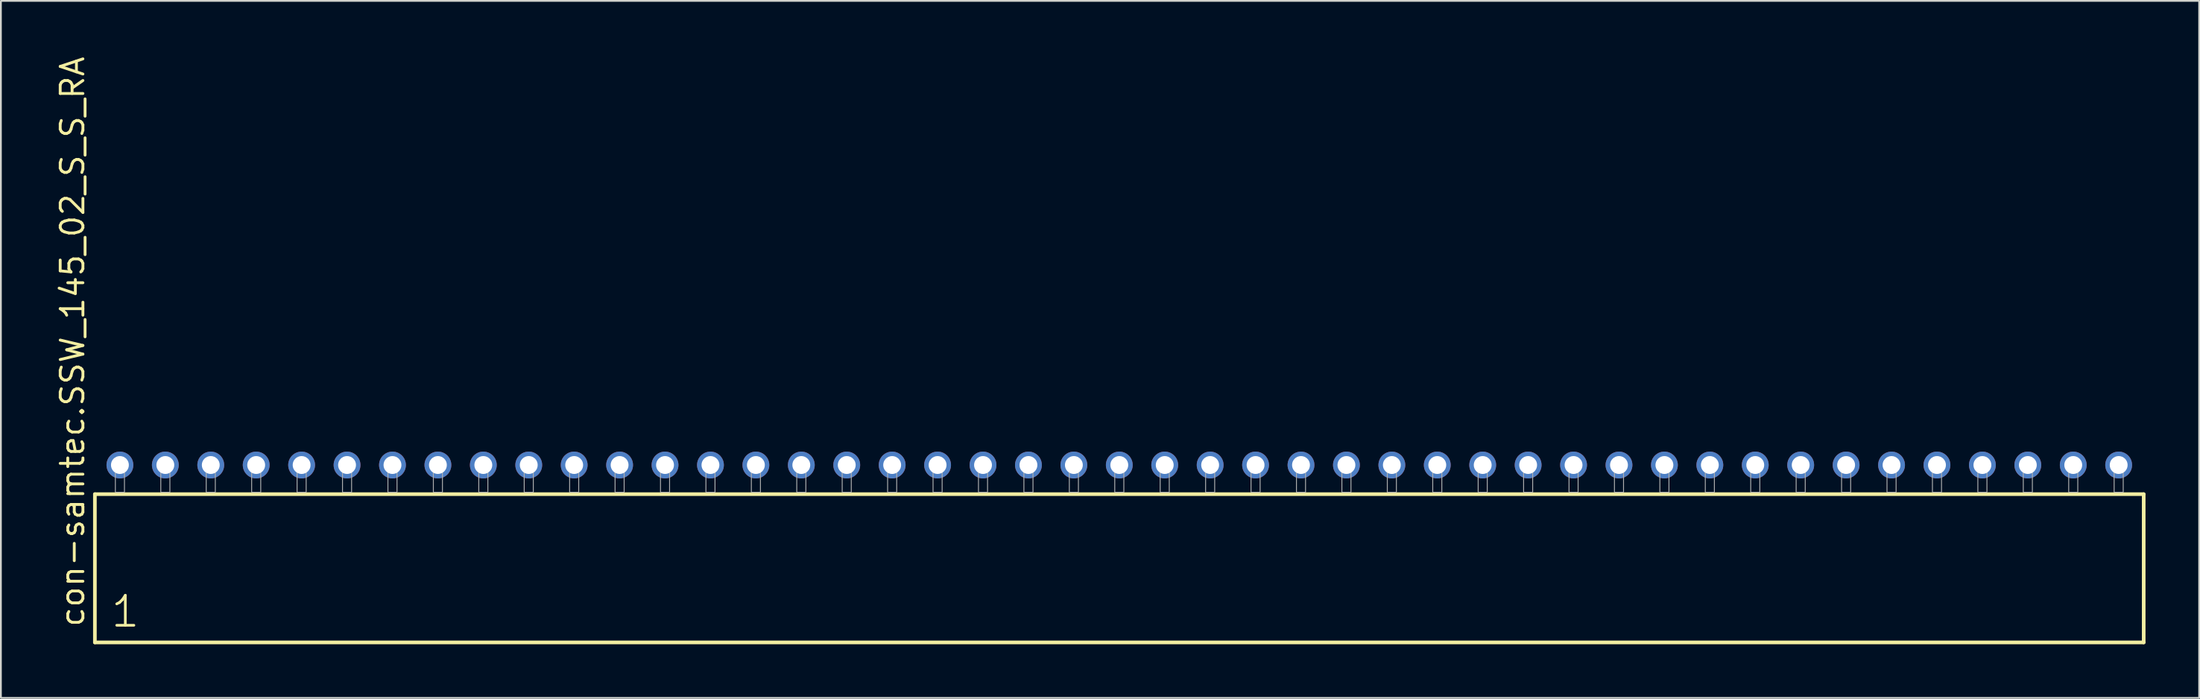
<source format=kicad_pcb>
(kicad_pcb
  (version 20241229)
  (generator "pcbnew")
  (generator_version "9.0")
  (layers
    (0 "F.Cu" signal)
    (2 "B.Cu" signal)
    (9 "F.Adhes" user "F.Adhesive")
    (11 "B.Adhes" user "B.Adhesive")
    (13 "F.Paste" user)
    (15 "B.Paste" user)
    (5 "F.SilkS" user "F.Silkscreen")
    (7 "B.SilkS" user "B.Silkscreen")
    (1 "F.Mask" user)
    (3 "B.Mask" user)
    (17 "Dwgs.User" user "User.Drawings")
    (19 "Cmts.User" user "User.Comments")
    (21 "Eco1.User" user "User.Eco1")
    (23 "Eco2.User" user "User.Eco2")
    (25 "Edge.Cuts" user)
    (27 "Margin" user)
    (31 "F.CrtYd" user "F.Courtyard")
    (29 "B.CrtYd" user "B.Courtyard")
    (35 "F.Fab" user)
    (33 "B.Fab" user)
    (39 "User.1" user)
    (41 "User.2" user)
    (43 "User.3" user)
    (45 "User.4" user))
  (footprint "con-samtec.SSW_145_02_S_S_RA"
    (layer "F.Cu")
    (at 59.535 24.477)
    (property "Reference" "con-samtec.SSW_145_02_S_S_RA" (at -57.785 7.62 90) (layer "F.SilkS") (effects (font (size 1.27 1.27) (thickness 0.16)) (justify left bottom)))
    (attr through_hole)
    (fp_line (start -57.279 0.106) (end -57.279 8.396) (stroke (width 0.203) (type default)) (layer "F.SilkS"))
    (fp_line (start -57.279 8.396) (end 57.279 8.396) (stroke (width 0.203) (type default)) (layer "F.SilkS"))
    (fp_line (start 57.279 0.106) (end -57.279 0.106) (stroke (width 0.203) (type default)) (layer "F.SilkS"))
    (fp_line (start 57.279 8.396) (end 57.279 0.106) (stroke (width 0.203) (type default)) (layer "F.SilkS"))
    (fp_rect (start -56.134 0) (end -55.626 -1.778) (stroke (width 0.05) (type default)) (fill no) (layer "F.Fab"))
    (fp_rect (start -53.594 0) (end -53.086 -1.778) (stroke (width 0.05) (type default)) (fill no) (layer "F.Fab"))
    (fp_rect (start -51.054 0) (end -50.546 -1.778) (stroke (width 0.05) (type default)) (fill no) (layer "F.Fab"))
    (fp_rect (start -48.514 0) (end -48.006 -1.778) (stroke (width 0.05) (type default)) (fill no) (layer "F.Fab"))
    (fp_rect (start -45.974 0) (end -45.466 -1.778) (stroke (width 0.05) (type default)) (fill no) (layer "F.Fab"))
    (fp_rect (start -43.434 0) (end -42.926 -1.778) (stroke (width 0.05) (type default)) (fill no) (layer "F.Fab"))
    (fp_rect (start -40.894 0) (end -40.386 -1.778) (stroke (width 0.05) (type default)) (fill no) (layer "F.Fab"))
    (fp_rect (start -38.354 0) (end -37.846 -1.778) (stroke (width 0.05) (type default)) (fill no) (layer "F.Fab"))
    (fp_rect (start -35.814 0) (end -35.306 -1.778) (stroke (width 0.05) (type default)) (fill no) (layer "F.Fab"))
    (fp_rect (start -33.274 0) (end -32.766 -1.778) (stroke (width 0.05) (type default)) (fill no) (layer "F.Fab"))
    (fp_rect (start -30.734 0) (end -30.226 -1.778) (stroke (width 0.05) (type default)) (fill no) (layer "F.Fab"))
    (fp_rect (start -28.194 0) (end -27.686 -1.778) (stroke (width 0.05) (type default)) (fill no) (layer "F.Fab"))
    (fp_rect (start -25.654 0) (end -25.146 -1.778) (stroke (width 0.05) (type default)) (fill no) (layer "F.Fab"))
    (fp_rect (start -23.114 0) (end -22.606 -1.778) (stroke (width 0.05) (type default)) (fill no) (layer "F.Fab"))
    (fp_rect (start -20.574 0) (end -20.066 -1.778) (stroke (width 0.05) (type default)) (fill no) (layer "F.Fab"))
    (fp_rect (start -18.034 0) (end -17.526 -1.778) (stroke (width 0.05) (type default)) (fill no) (layer "F.Fab"))
    (fp_rect (start -15.494 0) (end -14.986 -1.778) (stroke (width 0.05) (type default)) (fill no) (layer "F.Fab"))
    (fp_rect (start -12.954 0) (end -12.446 -1.778) (stroke (width 0.05) (type default)) (fill no) (layer "F.Fab"))
    (fp_rect (start -10.414 0) (end -9.906 -1.778) (stroke (width 0.05) (type default)) (fill no) (layer "F.Fab"))
    (fp_rect (start -7.874 0) (end -7.366 -1.778) (stroke (width 0.05) (type default)) (fill no) (layer "F.Fab"))
    (fp_rect (start -5.334 0) (end -4.826 -1.778) (stroke (width 0.05) (type default)) (fill no) (layer "F.Fab"))
    (fp_rect (start -2.794 0) (end -2.286 -1.778) (stroke (width 0.05) (type default)) (fill no) (layer "F.Fab"))
    (fp_rect (start -0.254 0) (end 0.254 -1.778) (stroke (width 0.05) (type default)) (fill no) (layer "F.Fab"))
    (fp_rect (start 2.286 0) (end 2.794 -1.778) (stroke (width 0.05) (type default)) (fill no) (layer "F.Fab"))
    (fp_rect (start 4.826 0) (end 5.334 -1.778) (stroke (width 0.05) (type default)) (fill no) (layer "F.Fab"))
    (fp_rect (start 7.366 0) (end 7.874 -1.778) (stroke (width 0.05) (type default)) (fill no) (layer "F.Fab"))
    (fp_rect (start 9.906 0) (end 10.414 -1.778) (stroke (width 0.05) (type default)) (fill no) (layer "F.Fab"))
    (fp_rect (start 12.446 0) (end 12.954 -1.778) (stroke (width 0.05) (type default)) (fill no) (layer "F.Fab"))
    (fp_rect (start 14.986 0) (end 15.494 -1.778) (stroke (width 0.05) (type default)) (fill no) (layer "F.Fab"))
    (fp_rect (start 17.526 0) (end 18.034 -1.778) (stroke (width 0.05) (type default)) (fill no) (layer "F.Fab"))
    (fp_rect (start 20.066 0) (end 20.574 -1.778) (stroke (width 0.05) (type default)) (fill no) (layer "F.Fab"))
    (fp_rect (start 22.606 0) (end 23.114 -1.778) (stroke (width 0.05) (type default)) (fill no) (layer "F.Fab"))
    (fp_rect (start 25.146 0) (end 25.654 -1.778) (stroke (width 0.05) (type default)) (fill no) (layer "F.Fab"))
    (fp_rect (start 27.686 0) (end 28.194 -1.778) (stroke (width 0.05) (type default)) (fill no) (layer "F.Fab"))
    (fp_rect (start 30.226 0) (end 30.734 -1.778) (stroke (width 0.05) (type default)) (fill no) (layer "F.Fab"))
    (fp_rect (start 32.766 0) (end 33.274 -1.778) (stroke (width 0.05) (type default)) (fill no) (layer "F.Fab"))
    (fp_rect (start 35.306 0) (end 35.814 -1.778) (stroke (width 0.05) (type default)) (fill no) (layer "F.Fab"))
    (fp_rect (start 37.846 0) (end 38.354 -1.778) (stroke (width 0.05) (type default)) (fill no) (layer "F.Fab"))
    (fp_rect (start 40.386 0) (end 40.894 -1.778) (stroke (width 0.05) (type default)) (fill no) (layer "F.Fab"))
    (fp_rect (start 42.926 0) (end 43.434 -1.778) (stroke (width 0.05) (type default)) (fill no) (layer "F.Fab"))
    (fp_rect (start 45.466 0) (end 45.974 -1.778) (stroke (width 0.05) (type default)) (fill no) (layer "F.Fab"))
    (fp_rect (start 48.006 0) (end 48.514 -1.778) (stroke (width 0.05) (type default)) (fill no) (layer "F.Fab"))
    (fp_rect (start 50.546 0) (end 51.054 -1.778) (stroke (width 0.05) (type default)) (fill no) (layer "F.Fab"))
    (fp_rect (start 53.086 0) (end 53.594 -1.778) (stroke (width 0.05) (type default)) (fill no) (layer "F.Fab"))
    (fp_rect (start 55.626 0) (end 56.134 -1.778) (stroke (width 0.05) (type default)) (fill no) (layer "F.Fab"))
    (fp_text user "1" (at -56.475 7.65 0) (layer "F.SilkS") (effects (font (size 1.676 1.676) (thickness 0.15)) (justify left bottom)))
    (pad "1" thru_hole circle (at -55.88 -1.524) (size 1.5 1.5) (drill 1) (layers "*.Cu" "*.Mask"))
    (pad "2" thru_hole circle (at -53.34 -1.524) (size 1.5 1.5) (drill 1) (layers "*.Cu" "*.Mask"))
    (pad "3" thru_hole circle (at -50.8 -1.524) (size 1.5 1.5) (drill 1) (layers "*.Cu" "*.Mask"))
    (pad "4" thru_hole circle (at -48.26 -1.524) (size 1.5 1.5) (drill 1) (layers "*.Cu" "*.Mask"))
    (pad "5" thru_hole circle (at -45.72 -1.524) (size 1.5 1.5) (drill 1) (layers "*.Cu" "*.Mask"))
    (pad "6" thru_hole circle (at -43.18 -1.524) (size 1.5 1.5) (drill 1) (layers "*.Cu" "*.Mask"))
    (pad "7" thru_hole circle (at -40.64 -1.524) (size 1.5 1.5) (drill 1) (layers "*.Cu" "*.Mask"))
    (pad "8" thru_hole circle (at -38.1 -1.524) (size 1.5 1.5) (drill 1) (layers "*.Cu" "*.Mask"))
    (pad "9" thru_hole circle (at -35.56 -1.524) (size 1.5 1.5) (drill 1) (layers "*.Cu" "*.Mask"))
    (pad "10" thru_hole circle (at -33.02 -1.524) (size 1.5 1.5) (drill 1) (layers "*.Cu" "*.Mask"))
    (pad "11" thru_hole circle (at -30.48 -1.524) (size 1.5 1.5) (drill 1) (layers "*.Cu" "*.Mask"))
    (pad "12" thru_hole circle (at -27.94 -1.524) (size 1.5 1.5) (drill 1) (layers "*.Cu" "*.Mask"))
    (pad "13" thru_hole circle (at -25.4 -1.524) (size 1.5 1.5) (drill 1) (layers "*.Cu" "*.Mask"))
    (pad "14" thru_hole circle (at -22.86 -1.524) (size 1.5 1.5) (drill 1) (layers "*.Cu" "*.Mask"))
    (pad "15" thru_hole circle (at -20.32 -1.524) (size 1.5 1.5) (drill 1) (layers "*.Cu" "*.Mask"))
    (pad "16" thru_hole circle (at -17.78 -1.524) (size 1.5 1.5) (drill 1) (layers "*.Cu" "*.Mask"))
    (pad "17" thru_hole circle (at -15.24 -1.524) (size 1.5 1.5) (drill 1) (layers "*.Cu" "*.Mask"))
    (pad "18" thru_hole circle (at -12.7 -1.524) (size 1.5 1.5) (drill 1) (layers "*.Cu" "*.Mask"))
    (pad "19" thru_hole circle (at -10.16 -1.524) (size 1.5 1.5) (drill 1) (layers "*.Cu" "*.Mask"))
    (pad "20" thru_hole circle (at -7.62 -1.524) (size 1.5 1.5) (drill 1) (layers "*.Cu" "*.Mask"))
    (pad "21" thru_hole circle (at -5.08 -1.524) (size 1.5 1.5) (drill 1) (layers "*.Cu" "*.Mask"))
    (pad "22" thru_hole circle (at -2.54 -1.524) (size 1.5 1.5) (drill 1) (layers "*.Cu" "*.Mask"))
    (pad "23" thru_hole circle (at 0 -1.524) (size 1.5 1.5) (drill 1) (layers "*.Cu" "*.Mask"))
    (pad "24" thru_hole circle (at 2.54 -1.524) (size 1.5 1.5) (drill 1) (layers "*.Cu" "*.Mask"))
    (pad "25" thru_hole circle (at 5.08 -1.524) (size 1.5 1.5) (drill 1) (layers "*.Cu" "*.Mask"))
    (pad "26" thru_hole circle (at 7.62 -1.524) (size 1.5 1.5) (drill 1) (layers "*.Cu" "*.Mask"))
    (pad "27" thru_hole circle (at 10.16 -1.524) (size 1.5 1.5) (drill 1) (layers "*.Cu" "*.Mask"))
    (pad "28" thru_hole circle (at 12.7 -1.524) (size 1.5 1.5) (drill 1) (layers "*.Cu" "*.Mask"))
    (pad "29" thru_hole circle (at 15.24 -1.524) (size 1.5 1.5) (drill 1) (layers "*.Cu" "*.Mask"))
    (pad "30" thru_hole circle (at 17.78 -1.524) (size 1.5 1.5) (drill 1) (layers "*.Cu" "*.Mask"))
    (pad "31" thru_hole circle (at 20.32 -1.524) (size 1.5 1.5) (drill 1) (layers "*.Cu" "*.Mask"))
    (pad "32" thru_hole circle (at 22.86 -1.524) (size 1.5 1.5) (drill 1) (layers "*.Cu" "*.Mask"))
    (pad "33" thru_hole circle (at 25.4 -1.524) (size 1.5 1.5) (drill 1) (layers "*.Cu" "*.Mask"))
    (pad "34" thru_hole circle (at 27.94 -1.524) (size 1.5 1.5) (drill 1) (layers "*.Cu" "*.Mask"))
    (pad "35" thru_hole circle (at 30.48 -1.524) (size 1.5 1.5) (drill 1) (layers "*.Cu" "*.Mask"))
    (pad "36" thru_hole circle (at 33.02 -1.524) (size 1.5 1.5) (drill 1) (layers "*.Cu" "*.Mask"))
    (pad "37" thru_hole circle (at 35.56 -1.524) (size 1.5 1.5) (drill 1) (layers "*.Cu" "*.Mask"))
    (pad "38" thru_hole circle (at 38.1 -1.524) (size 1.5 1.5) (drill 1) (layers "*.Cu" "*.Mask"))
    (pad "39" thru_hole circle (at 40.64 -1.524) (size 1.5 1.5) (drill 1) (layers "*.Cu" "*.Mask"))
    (pad "40" thru_hole circle (at 43.18 -1.524) (size 1.5 1.5) (drill 1) (layers "*.Cu" "*.Mask"))
    (pad "41" thru_hole circle (at 45.72 -1.524) (size 1.5 1.5) (drill 1) (layers "*.Cu" "*.Mask"))
    (pad "42" thru_hole circle (at 48.26 -1.524) (size 1.5 1.5) (drill 1) (layers "*.Cu" "*.Mask"))
    (pad "43" thru_hole circle (at 50.8 -1.524) (size 1.5 1.5) (drill 1) (layers "*.Cu" "*.Mask"))
    (pad "44" thru_hole circle (at 53.34 -1.524) (size 1.5 1.5) (drill 1) (layers "*.Cu" "*.Mask"))
    (pad "45" thru_hole circle (at 55.88 -1.524) (size 1.5 1.5) (drill 1) (layers "*.Cu" "*.Mask")))
  (gr_rect
    (start -3 -3)
    (end 119.916 35.975)
    (stroke (width 0.1) (type default))
    (fill no)
    (layer "Edge.Cuts")))
</source>
